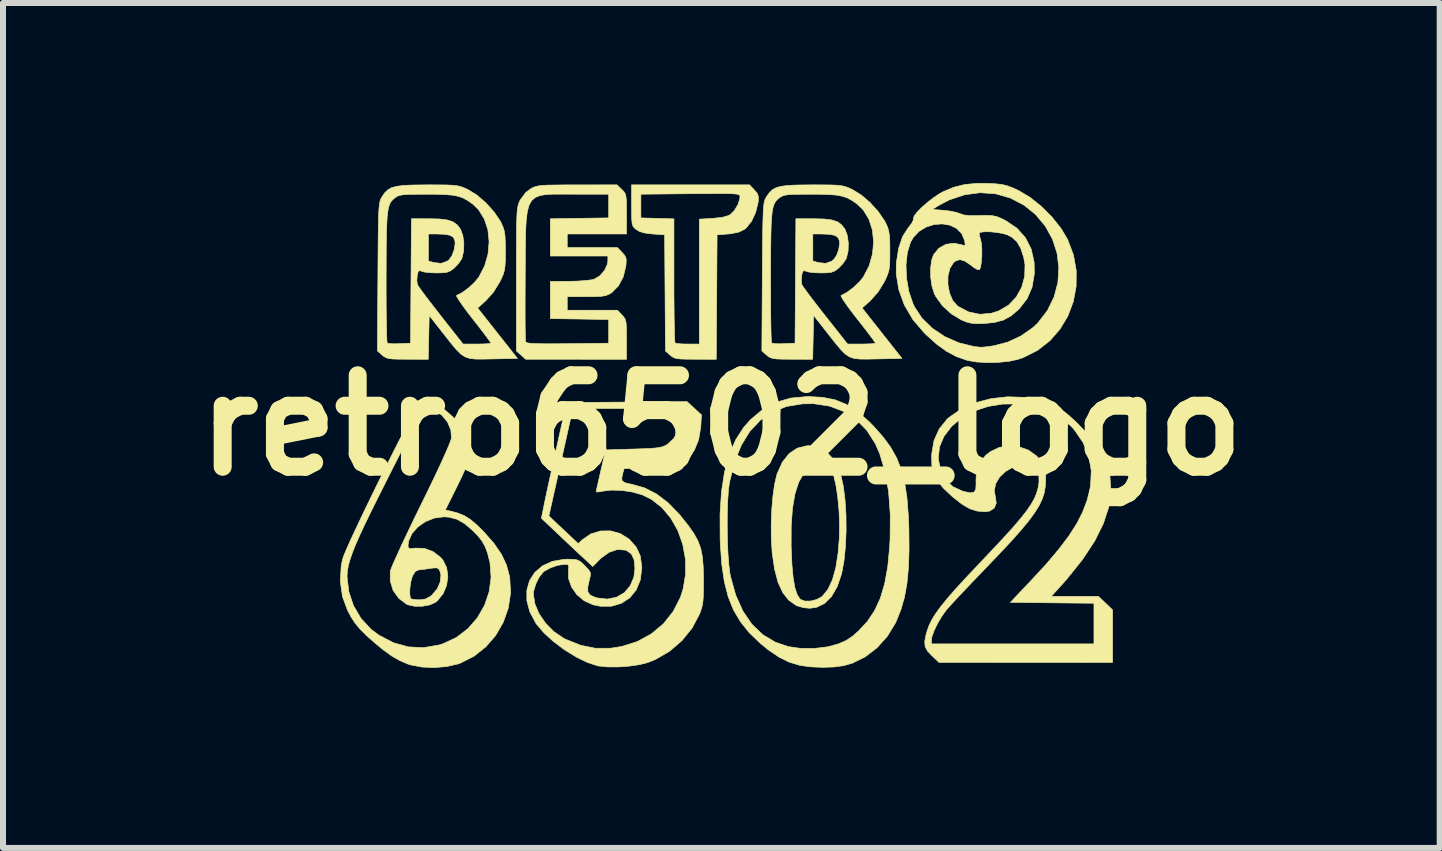
<source format=kicad_pcb>
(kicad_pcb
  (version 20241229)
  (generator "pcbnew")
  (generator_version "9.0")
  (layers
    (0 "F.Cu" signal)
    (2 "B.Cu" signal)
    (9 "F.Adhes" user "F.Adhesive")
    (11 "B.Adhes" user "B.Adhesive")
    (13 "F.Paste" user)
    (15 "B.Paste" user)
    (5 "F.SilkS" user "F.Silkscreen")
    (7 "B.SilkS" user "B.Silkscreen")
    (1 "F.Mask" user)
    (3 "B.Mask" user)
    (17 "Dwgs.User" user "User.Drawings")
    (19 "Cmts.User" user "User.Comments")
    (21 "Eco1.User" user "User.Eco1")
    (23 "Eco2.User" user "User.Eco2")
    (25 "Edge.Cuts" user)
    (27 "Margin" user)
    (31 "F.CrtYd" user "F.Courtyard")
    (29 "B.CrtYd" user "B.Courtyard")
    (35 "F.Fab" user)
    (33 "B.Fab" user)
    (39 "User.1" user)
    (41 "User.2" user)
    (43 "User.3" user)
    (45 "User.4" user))
  (footprint "retro6502_logo"
    (layer "F.Cu")
    (at 8.97 4.038)
    (property "Reference" "retro6502_logo" (at 0 0 0) (layer "F.SilkS") (effects (font (size 1.524 1.524) (thickness 0.3))))
    (attr through_hole)
    (fp_poly (pts (xy 0.549 -3.924) (xy 0.598 -3.867) (xy 0.617 -3.813) (xy 0.615 -3.738) (xy 0.611 -3.707) (xy 0.571 -3.546) (xy 0.504 -3.403) (xy 0.418 -3.294) (xy 0.386 -3.267) (xy 0.29 -3.22) (xy 0.158 -3.193) (xy 0.113 -3.189) (xy -0.071 -3.175) (xy -0.078 -2.138) (xy -0.085 -1.101) (xy -0.431 -1.102) (xy -0.577 -1.103) (xy -0.679 -1.106) (xy -0.747 -1.114) (xy -0.794 -1.129) (xy -0.83 -1.151) (xy -0.853 -1.17) (xy -0.931 -1.238) (xy -0.938 -2.207) (xy -0.945 -3.175) (xy -1.144 -3.189) (xy -1.276 -3.205) (xy -1.367 -3.232) (xy -1.419 -3.264) (xy -1.451 -3.291) (xy -1.473 -3.32) (xy -1.486 -3.362) (xy -1.493 -3.427) (xy -1.495 -3.528) (xy -1.496 -3.666) (xy -1.496 -3.852) (xy -1.341 -3.852) (xy -1.341 -3.457) (xy -1.065 -3.449) (xy -0.79 -3.441) (xy -0.79 -2.417) (xy -0.79 -2.182) (xy -0.788 -1.964) (xy -0.786 -1.772) (xy -0.783 -1.61) (xy -0.78 -1.485) (xy -0.776 -1.404) (xy -0.771 -1.373) (xy -0.736 -1.364) (xy -0.66 -1.357) (xy -0.56 -1.355) (xy -0.367 -1.355) (xy -0.367 -3.436) (xy -0.148 -3.449) (xy 0.007 -3.465) (xy 0.116 -3.495) (xy 0.146 -3.51) (xy 0.219 -3.583) (xy 0.279 -3.683) (xy 0.309 -3.785) (xy 0.31 -3.808) (xy 0.309 -3.825) (xy 0.302 -3.838) (xy 0.283 -3.848) (xy 0.245 -3.855) (xy 0.184 -3.86) (xy 0.092 -3.863) (xy -0.037 -3.863) (xy -0.207 -3.862) (xy -0.426 -3.861) (xy -0.515 -3.86) (xy -1.341 -3.852) (xy -1.496 -3.852) (xy -1.496 -4.008) (xy 0.469 -4.008) (xy 0.549 -3.924)) (stroke (width 0.01) (type solid)) (fill yes) (layer "F.SilkS"))
    (fp_poly (pts (xy 1.62 0.365) (xy 1.756 0.443) (xy 1.87 0.57) (xy 1.96 0.741) (xy 1.991 0.831) (xy 2.033 1.018) (xy 2.061 1.244) (xy 2.077 1.496) (xy 2.079 1.758) (xy 2.068 2.017) (xy 2.044 2.256) (xy 2.006 2.462) (xy 2.003 2.476) (xy 1.931 2.686) (xy 1.836 2.851) (xy 1.72 2.967) (xy 1.584 3.033) (xy 1.47 3.048) (xy 1.366 3.037) (xy 1.266 3.008) (xy 1.244 2.999) (xy 1.121 2.911) (xy 1.022 2.784) (xy 0.944 2.613) (xy 0.887 2.396) (xy 0.848 2.129) (xy 0.845 2.093) (xy 0.841 2.023) (xy 1.163 2.023) (xy 1.165 2.069) (xy 1.177 2.332) (xy 1.197 2.542) (xy 1.225 2.703) (xy 1.262 2.818) (xy 1.308 2.89) (xy 1.322 2.902) (xy 1.393 2.928) (xy 1.49 2.927) (xy 1.592 2.901) (xy 1.675 2.854) (xy 1.684 2.847) (xy 1.777 2.731) (xy 1.851 2.574) (xy 1.907 2.373) (xy 1.946 2.124) (xy 1.965 1.891) (xy 1.97 1.662) (xy 1.961 1.423) (xy 1.939 1.191) (xy 1.907 0.984) (xy 1.874 0.845) (xy 1.825 0.732) (xy 1.757 0.67) (xy 1.662 0.653) (xy 1.6 0.66) (xy 1.475 0.709) (xy 1.371 0.805) (xy 1.288 0.949) (xy 1.227 1.141) (xy 1.185 1.384) (xy 1.164 1.678) (xy 1.163 2.023) (xy 0.841 2.023) (xy 0.832 1.874) (xy 0.831 1.641) (xy 0.84 1.406) (xy 0.859 1.185) (xy 0.886 0.989) (xy 0.922 0.832) (xy 0.931 0.803) (xy 1.017 0.613) (xy 1.128 0.472) (xy 1.262 0.381) (xy 1.419 0.341) (xy 1.466 0.339) (xy 1.62 0.365)) (stroke (width 0.01) (type solid)) (fill yes) (layer "F.SilkS"))
    (fp_poly (pts (xy 1.69 -0.467) (xy 1.898 -0.425) (xy 2.087 -0.348) (xy 2.268 -0.231) (xy 2.454 -0.069) (xy 2.536 0.014) (xy 2.693 0.191) (xy 2.821 0.364) (xy 2.921 0.543) (xy 2.998 0.736) (xy 3.054 0.952) (xy 3.092 1.2) (xy 3.115 1.489) (xy 3.125 1.722) (xy 3.128 2.069) (xy 3.118 2.369) (xy 3.093 2.631) (xy 3.052 2.861) (xy 2.993 3.068) (xy 2.916 3.26) (xy 2.898 3.298) (xy 2.764 3.517) (xy 2.594 3.706) (xy 2.397 3.857) (xy 2.181 3.963) (xy 2.038 4.004) (xy 1.877 4.026) (xy 1.687 4.032) (xy 1.494 4.024) (xy 1.323 4.002) (xy 1.298 3.996) (xy 1.127 3.944) (xy 0.959 3.861) (xy 0.783 3.741) (xy 0.643 3.626) (xy 0.464 3.454) (xy 0.319 3.273) (xy 0.203 3.077) (xy 0.114 2.856) (xy 0.05 2.605) (xy 0.007 2.316) (xy -0.017 1.981) (xy -0.02 1.905) (xy -0.021 1.689) (xy 0.098 1.689) (xy 0.101 1.914) (xy 0.11 2.127) (xy 0.124 2.317) (xy 0.143 2.468) (xy 0.151 2.512) (xy 0.238 2.825) (xy 0.357 3.092) (xy 0.508 3.313) (xy 0.689 3.487) (xy 0.902 3.614) (xy 1.114 3.686) (xy 1.318 3.716) (xy 1.544 3.718) (xy 1.762 3.691) (xy 1.801 3.683) (xy 1.957 3.639) (xy 2.08 3.585) (xy 2.193 3.508) (xy 2.289 3.423) (xy 2.436 3.264) (xy 2.556 3.083) (xy 2.651 2.876) (xy 2.722 2.635) (xy 2.773 2.355) (xy 2.804 2.029) (xy 2.812 1.891) (xy 2.815 1.482) (xy 2.787 1.106) (xy 2.728 0.769) (xy 2.639 0.473) (xy 2.566 0.305) (xy 2.424 0.083) (xy 2.247 -0.097) (xy 2.038 -0.232) (xy 1.801 -0.321) (xy 1.54 -0.361) (xy 1.355 -0.359) (xy 1.089 -0.316) (xy 0.854 -0.225) (xy 0.65 -0.087) (xy 0.476 0.098) (xy 0.333 0.33) (xy 0.22 0.61) (xy 0.138 0.938) (xy 0.136 0.945) (xy 0.118 1.081) (xy 0.106 1.259) (xy 0.099 1.466) (xy 0.098 1.689) (xy -0.021 1.689) (xy -0.022 1.483) (xy 0.002 1.108) (xy 0.053 0.778) (xy 0.131 0.49) (xy 0.238 0.242) (xy 0.374 0.031) (xy 0.486 -0.095) (xy 0.689 -0.265) (xy 0.911 -0.384) (xy 1.157 -0.455) (xy 1.433 -0.48) (xy 1.451 -0.48) (xy 1.69 -0.467)) (stroke (width 0.01) (type solid)) (fill yes) (layer "F.SilkS"))
    (fp_poly (pts (xy -1.66 -3.932) (xy -1.626 -3.897) (xy -1.604 -3.864) (xy -1.59 -3.818) (xy -1.583 -3.75) (xy -1.581 -3.647) (xy -1.58 -3.522) (xy -1.58 -3.189) (xy -2.568 -3.189) (xy -2.568 -2.963) (xy -1.732 -2.963) (xy -1.653 -2.881) (xy -1.607 -2.827) (xy -1.586 -2.777) (xy -1.586 -2.709) (xy -1.592 -2.648) (xy -1.635 -2.474) (xy -1.714 -2.326) (xy -1.821 -2.217) (xy -1.832 -2.209) (xy -1.88 -2.181) (xy -1.931 -2.162) (xy -1.998 -2.151) (xy -2.095 -2.146) (xy -2.234 -2.145) (xy -2.248 -2.145) (xy -2.568 -2.145) (xy -2.568 -1.919) (xy -1.732 -1.919) (xy -1.656 -1.84) (xy -1.624 -1.804) (xy -1.602 -1.767) (xy -1.589 -1.718) (xy -1.583 -1.646) (xy -1.581 -1.537) (xy -1.58 -1.431) (xy -1.58 -1.101) (xy -3.26 -1.102) (xy -3.415 -1.239) (xy -3.415 -2.046) (xy -3.27 -2.046) (xy -3.27 -1.844) (xy -3.269 -1.671) (xy -3.267 -1.534) (xy -3.265 -1.44) (xy -3.262 -1.394) (xy -3.262 -1.392) (xy -3.247 -1.38) (xy -3.211 -1.371) (xy -3.147 -1.364) (xy -3.048 -1.361) (xy -2.91 -1.359) (xy -2.725 -1.36) (xy -2.562 -1.361) (xy -1.877 -1.369) (xy -1.877 -1.764) (xy -2.364 -1.772) (xy -2.85 -1.779) (xy -2.85 -2.399) (xy -2.533 -2.4) (xy -2.394 -2.404) (xy -2.266 -2.413) (xy -2.165 -2.425) (xy -2.118 -2.436) (xy -2.023 -2.493) (xy -1.945 -2.584) (xy -1.898 -2.688) (xy -1.891 -2.742) (xy -1.891 -2.822) (xy -2.85 -2.822) (xy -2.85 -3.442) (xy -2.364 -3.45) (xy -1.877 -3.457) (xy -1.877 -3.852) (xy -2.443 -3.852) (xy -2.631 -3.853) (xy -2.789 -3.853) (xy -2.917 -3.847) (xy -3.02 -3.83) (xy -3.1 -3.798) (xy -3.161 -3.746) (xy -3.204 -3.669) (xy -3.233 -3.562) (xy -3.251 -3.422) (xy -3.261 -3.243) (xy -3.265 -3.02) (xy -3.267 -2.749) (xy -3.268 -2.516) (xy -3.269 -2.272) (xy -3.27 -2.046) (xy -3.415 -2.046) (xy -3.415 -2.434) (xy -3.415 -2.725) (xy -3.414 -2.965) (xy -3.414 -3.16) (xy -3.412 -3.314) (xy -3.409 -3.435) (xy -3.405 -3.527) (xy -3.399 -3.596) (xy -3.391 -3.647) (xy -3.381 -3.686) (xy -3.369 -3.718) (xy -3.354 -3.749) (xy -3.351 -3.755) (xy -3.259 -3.881) (xy -3.175 -3.943) (xy -3.137 -3.964) (xy -3.097 -3.979) (xy -3.049 -3.99) (xy -2.983 -3.998) (xy -2.893 -4.003) (xy -2.77 -4.005) (xy -2.606 -4.007) (xy -2.4 -4.007) (xy -1.739 -4.008) (xy -1.66 -3.932)) (stroke (width 0.01) (type solid)) (fill yes) (layer "F.SilkS"))
    (fp_poly (pts (xy 5.048 -0.467) (xy 5.317 -0.417) (xy 5.567 -0.327) (xy 5.568 -0.326) (xy 5.669 -0.264) (xy 5.791 -0.165) (xy 5.925 -0.042) (xy 6.058 0.097) (xy 6.18 0.24) (xy 6.276 0.369) (xy 6.402 0.6) (xy 6.474 0.841) (xy 6.492 1.094) (xy 6.456 1.359) (xy 6.366 1.636) (xy 6.222 1.926) (xy 6.023 2.229) (xy 5.77 2.545) (xy 5.694 2.632) (xy 5.497 2.85) (xy 6.284 2.85) (xy 6.402 2.962) (xy 6.519 3.074) (xy 6.519 3.951) (xy 3.627 3.95) (xy 3.507 3.836) (xy 3.434 3.759) (xy 3.396 3.686) (xy 3.392 3.641) (xy 3.5 3.641) (xy 6.209 3.641) (xy 6.209 2.964) (xy 5.513 2.957) (xy 4.817 2.949) (xy 5.175 2.571) (xy 5.421 2.304) (xy 5.624 2.063) (xy 5.79 1.844) (xy 5.921 1.64) (xy 6.02 1.446) (xy 6.093 1.255) (xy 6.142 1.061) (xy 6.153 0.996) (xy 6.164 0.753) (xy 6.122 0.513) (xy 6.027 0.285) (xy 5.884 0.076) (xy 5.822 0.008) (xy 5.641 -0.14) (xy 5.428 -0.25) (xy 5.192 -0.323) (xy 4.942 -0.357) (xy 4.689 -0.355) (xy 4.441 -0.315) (xy 4.209 -0.237) (xy 4 -0.122) (xy 3.835 0.019) (xy 3.708 0.186) (xy 3.635 0.358) (xy 3.616 0.539) (xy 3.618 0.573) (xy 3.657 0.76) (xy 3.738 0.911) (xy 3.862 1.024) (xy 4.025 1.098) (xy 4.041 1.102) (xy 4.145 1.124) (xy 4.209 1.114) (xy 4.239 1.068) (xy 4.245 0.976) (xy 4.243 0.923) (xy 4.251 0.757) (xy 4.305 0.618) (xy 4.408 0.497) (xy 4.48 0.44) (xy 4.629 0.368) (xy 4.794 0.341) (xy 4.961 0.357) (xy 5.119 0.414) (xy 5.253 0.51) (xy 5.325 0.595) (xy 5.369 0.67) (xy 5.393 0.74) (xy 5.403 0.829) (xy 5.404 0.915) (xy 5.398 1.02) (xy 5.381 1.122) (xy 5.348 1.224) (xy 5.297 1.333) (xy 5.224 1.451) (xy 5.127 1.584) (xy 5.001 1.736) (xy 4.845 1.913) (xy 4.654 2.118) (xy 4.426 2.356) (xy 4.383 2.401) (xy 4.236 2.554) (xy 4.097 2.7) (xy 3.971 2.833) (xy 3.867 2.945) (xy 3.789 3.03) (xy 3.748 3.077) (xy 3.672 3.183) (xy 3.602 3.303) (xy 3.545 3.422) (xy 3.508 3.524) (xy 3.5 3.577) (xy 3.5 3.641) (xy 3.392 3.641) (xy 3.389 3.603) (xy 3.41 3.491) (xy 3.429 3.425) (xy 3.461 3.334) (xy 3.507 3.24) (xy 3.571 3.136) (xy 3.656 3.02) (xy 3.766 2.884) (xy 3.905 2.725) (xy 4.077 2.538) (xy 4.286 2.317) (xy 4.3 2.302) (xy 4.524 2.065) (xy 4.712 1.864) (xy 4.866 1.694) (xy 4.989 1.549) (xy 5.087 1.425) (xy 5.161 1.317) (xy 5.215 1.222) (xy 5.252 1.134) (xy 5.277 1.048) (xy 5.292 0.96) (xy 5.293 0.955) (xy 5.292 0.827) (xy 5.253 0.738) (xy 5.172 0.684) (xy 5.126 0.671) (xy 4.987 0.665) (xy 4.854 0.7) (xy 4.735 0.768) (xy 4.638 0.86) (xy 4.573 0.968) (xy 4.548 1.086) (xy 4.566 1.192) (xy 4.581 1.295) (xy 4.548 1.376) (xy 4.472 1.427) (xy 4.394 1.439) (xy 4.263 1.428) (xy 4.14 1.389) (xy 4.012 1.315) (xy 3.868 1.203) (xy 3.842 1.18) (xy 3.699 1.045) (xy 3.599 0.923) (xy 3.538 0.803) (xy 3.508 0.672) (xy 3.504 0.516) (xy 3.505 0.48) (xy 3.543 0.256) (xy 3.629 0.062) (xy 3.762 -0.103) (xy 3.795 -0.133) (xy 3.999 -0.273) (xy 4.236 -0.378) (xy 4.497 -0.446) (xy 4.772 -0.476) (xy 5.048 -0.467)) (stroke (width 0.01) (type solid)) (fill yes) (layer "F.SilkS"))
    (fp_poly (pts (xy -4.712 -4.007) (xy -4.577 -4.006) (xy -4.478 -4.001) (xy -4.404 -3.993) (xy -4.345 -3.98) (xy -4.291 -3.96) (xy -4.231 -3.933) (xy -4.219 -3.927) (xy -4.074 -3.838) (xy -3.927 -3.711) (xy -3.792 -3.562) (xy -3.687 -3.409) (xy -3.665 -3.368) (xy -3.636 -3.3) (xy -3.616 -3.234) (xy -3.605 -3.154) (xy -3.6 -3.046) (xy -3.598 -2.906) (xy -3.599 -2.763) (xy -3.604 -2.661) (xy -3.615 -2.584) (xy -3.635 -2.515) (xy -3.668 -2.44) (xy -3.691 -2.393) (xy -3.796 -2.222) (xy -3.922 -2.08) (xy -4.061 -1.956) (xy -3.729 -1.535) (xy -3.397 -1.115) (xy -3.817 -1.107) (xy -3.978 -1.104) (xy -4.101 -1.105) (xy -4.195 -1.116) (xy -4.272 -1.142) (xy -4.342 -1.188) (xy -4.415 -1.261) (xy -4.502 -1.365) (xy -4.613 -1.507) (xy -4.631 -1.529) (xy -4.868 -1.831) (xy -4.876 -1.466) (xy -4.884 -1.101) (xy -5.229 -1.102) (xy -5.375 -1.103) (xy -5.477 -1.106) (xy -5.545 -1.114) (xy -5.591 -1.129) (xy -5.628 -1.151) (xy -5.653 -1.172) (xy -5.731 -1.241) (xy -5.723 -2.467) (xy -5.586 -2.467) (xy -5.586 -2.226) (xy -5.585 -2.003) (xy -5.583 -1.804) (xy -5.58 -1.635) (xy -5.577 -1.503) (xy -5.573 -1.414) (xy -5.569 -1.374) (xy -5.568 -1.372) (xy -5.531 -1.363) (xy -5.456 -1.359) (xy -5.363 -1.361) (xy -5.179 -1.369) (xy -5.169 -2.739) (xy -4.882 -2.739) (xy -4.791 -2.713) (xy -4.67 -2.699) (xy -4.569 -2.735) (xy -4.536 -2.76) (xy -4.487 -2.83) (xy -4.451 -2.93) (xy -4.436 -3.032) (xy -4.441 -3.084) (xy -4.467 -3.135) (xy -4.519 -3.167) (xy -4.609 -3.184) (xy -4.734 -3.189) (xy -4.882 -3.189) (xy -4.882 -2.739) (xy -5.169 -2.739) (xy -5.164 -3.443) (xy -4.867 -3.443) (xy -4.694 -3.439) (xy -4.567 -3.423) (xy -4.474 -3.393) (xy -4.405 -3.344) (xy -4.35 -3.273) (xy -4.345 -3.265) (xy -4.308 -3.165) (xy -4.291 -3.036) (xy -4.295 -2.903) (xy -4.321 -2.79) (xy -4.331 -2.768) (xy -4.381 -2.695) (xy -4.45 -2.623) (xy -4.46 -2.614) (xy -4.516 -2.574) (xy -4.574 -2.551) (xy -4.654 -2.542) (xy -4.745 -2.54) (xy -4.853 -2.544) (xy -4.943 -2.554) (xy -4.996 -2.569) (xy -5.032 -2.58) (xy -5.053 -2.557) (xy -5.068 -2.496) (xy -5.074 -2.413) (xy -5.064 -2.345) (xy -5.062 -2.341) (xy -5.038 -2.303) (xy -4.984 -2.228) (xy -4.906 -2.124) (xy -4.81 -1.999) (xy -4.701 -1.859) (xy -4.671 -1.82) (xy -4.304 -1.355) (xy -4.071 -1.355) (xy -3.964 -1.357) (xy -3.883 -1.361) (xy -3.841 -1.368) (xy -3.838 -1.371) (xy -3.855 -1.397) (xy -3.901 -1.46) (xy -3.971 -1.553) (xy -4.059 -1.667) (xy -4.141 -1.771) (xy -4.237 -1.896) (xy -4.317 -2.005) (xy -4.376 -2.091) (xy -4.409 -2.147) (xy -4.413 -2.165) (xy -4.316 -2.214) (xy -4.208 -2.294) (xy -4.107 -2.389) (xy -4.04 -2.472) (xy -3.944 -2.658) (xy -3.887 -2.858) (xy -3.87 -3.061) (xy -3.89 -3.258) (xy -3.949 -3.438) (xy -4.044 -3.592) (xy -4.139 -3.685) (xy -4.221 -3.743) (xy -4.298 -3.787) (xy -4.38 -3.816) (xy -4.479 -3.836) (xy -4.606 -3.846) (xy -4.77 -3.851) (xy -4.901 -3.851) (xy -5.074 -3.851) (xy -5.2 -3.849) (xy -5.288 -3.844) (xy -5.349 -3.835) (xy -5.392 -3.821) (xy -5.426 -3.801) (xy -5.436 -3.794) (xy -5.471 -3.765) (xy -5.501 -3.733) (xy -5.525 -3.693) (xy -5.544 -3.638) (xy -5.558 -3.563) (xy -5.569 -3.464) (xy -5.576 -3.335) (xy -5.581 -3.17) (xy -5.584 -2.963) (xy -5.585 -2.71) (xy -5.586 -2.467) (xy -5.723 -2.467) (xy -5.723 -2.476) (xy -5.721 -2.772) (xy -5.719 -3.017) (xy -5.717 -3.217) (xy -5.714 -3.375) (xy -5.711 -3.499) (xy -5.706 -3.593) (xy -5.7 -3.663) (xy -5.693 -3.713) (xy -5.683 -3.75) (xy -5.672 -3.779) (xy -5.657 -3.804) (xy -5.651 -3.814) (xy -5.607 -3.877) (xy -5.557 -3.925) (xy -5.495 -3.96) (xy -5.411 -3.983) (xy -5.297 -3.998) (xy -5.146 -4.005) (xy -4.948 -4.007) (xy -4.892 -4.008) (xy -4.712 -4.007)) (stroke (width 0.01) (type solid)) (fill yes) (layer "F.SilkS"))
    (fp_poly (pts (xy 1.695 -4.007) (xy 1.83 -4.006) (xy 1.929 -4.001) (xy 2.002 -3.993) (xy 2.061 -3.98) (xy 2.116 -3.96) (xy 2.176 -3.933) (xy 2.187 -3.927) (xy 2.332 -3.838) (xy 2.48 -3.711) (xy 2.614 -3.562) (xy 2.719 -3.409) (xy 2.741 -3.368) (xy 2.771 -3.3) (xy 2.79 -3.234) (xy 2.802 -3.154) (xy 2.807 -3.046) (xy 2.808 -2.906) (xy 2.807 -2.763) (xy 2.803 -2.661) (xy 2.792 -2.584) (xy 2.771 -2.515) (xy 2.739 -2.44) (xy 2.716 -2.393) (xy 2.611 -2.222) (xy 2.484 -2.08) (xy 2.346 -1.956) (xy 2.678 -1.535) (xy 3.01 -1.115) (xy 2.59 -1.107) (xy 2.428 -1.104) (xy 2.306 -1.105) (xy 2.211 -1.116) (xy 2.134 -1.142) (xy 2.065 -1.188) (xy 1.992 -1.261) (xy 1.905 -1.365) (xy 1.793 -1.507) (xy 1.776 -1.529) (xy 1.538 -1.831) (xy 1.53 -1.466) (xy 1.522 -1.101) (xy 1.177 -1.102) (xy 1.031 -1.103) (xy 0.93 -1.106) (xy 0.862 -1.114) (xy 0.815 -1.129) (xy 0.778 -1.151) (xy 0.754 -1.172) (xy 0.675 -1.241) (xy 0.683 -2.467) (xy 0.821 -2.467) (xy 0.821 -2.226) (xy 0.822 -2.003) (xy 0.823 -1.804) (xy 0.826 -1.635) (xy 0.829 -1.503) (xy 0.833 -1.414) (xy 0.838 -1.374) (xy 0.838 -1.372) (xy 0.875 -1.363) (xy 0.951 -1.359) (xy 1.043 -1.361) (xy 1.228 -1.369) (xy 1.235 -2.406) (xy 1.237 -2.739) (xy 1.524 -2.739) (xy 1.616 -2.713) (xy 1.737 -2.699) (xy 1.838 -2.735) (xy 1.87 -2.76) (xy 1.92 -2.83) (xy 1.956 -2.93) (xy 1.971 -3.032) (xy 1.965 -3.084) (xy 1.94 -3.135) (xy 1.887 -3.167) (xy 1.798 -3.184) (xy 1.672 -3.189) (xy 1.524 -3.189) (xy 1.524 -2.739) (xy 1.237 -2.739) (xy 1.242 -3.443) (xy 1.54 -3.443) (xy 1.712 -3.439) (xy 1.84 -3.423) (xy 1.933 -3.393) (xy 2.001 -3.344) (xy 2.057 -3.273) (xy 2.061 -3.265) (xy 2.099 -3.165) (xy 2.116 -3.036) (xy 2.112 -2.903) (xy 2.085 -2.79) (xy 2.075 -2.768) (xy 2.025 -2.695) (xy 1.956 -2.623) (xy 1.946 -2.614) (xy 1.891 -2.574) (xy 1.832 -2.551) (xy 1.752 -2.542) (xy 1.661 -2.54) (xy 1.554 -2.544) (xy 1.463 -2.554) (xy 1.411 -2.569) (xy 1.374 -2.58) (xy 1.353 -2.557) (xy 1.338 -2.496) (xy 1.332 -2.413) (xy 1.342 -2.345) (xy 1.344 -2.341) (xy 1.368 -2.303) (xy 1.422 -2.228) (xy 1.5 -2.124) (xy 1.596 -1.999) (xy 1.705 -1.859) (xy 1.736 -1.82) (xy 2.103 -1.355) (xy 2.335 -1.355) (xy 2.442 -1.357) (xy 2.523 -1.361) (xy 2.565 -1.368) (xy 2.568 -1.371) (xy 2.552 -1.397) (xy 2.506 -1.46) (xy 2.436 -1.553) (xy 2.348 -1.667) (xy 2.266 -1.771) (xy 2.169 -1.896) (xy 2.089 -2.005) (xy 2.03 -2.091) (xy 1.997 -2.147) (xy 1.994 -2.165) (xy 2.09 -2.214) (xy 2.198 -2.294) (xy 2.299 -2.389) (xy 2.366 -2.472) (xy 2.463 -2.658) (xy 2.519 -2.858) (xy 2.537 -3.061) (xy 2.516 -3.258) (xy 2.458 -3.438) (xy 2.363 -3.592) (xy 2.267 -3.685) (xy 2.185 -3.743) (xy 2.108 -3.787) (xy 2.026 -3.816) (xy 1.927 -3.836) (xy 1.801 -3.846) (xy 1.636 -3.851) (xy 1.505 -3.851) (xy 1.332 -3.851) (xy 1.207 -3.849) (xy 1.118 -3.844) (xy 1.057 -3.835) (xy 1.015 -3.821) (xy 0.98 -3.801) (xy 0.971 -3.794) (xy 0.935 -3.765) (xy 0.905 -3.733) (xy 0.882 -3.693) (xy 0.863 -3.638) (xy 0.848 -3.563) (xy 0.838 -3.464) (xy 0.83 -3.335) (xy 0.826 -3.17) (xy 0.823 -2.963) (xy 0.821 -2.71) (xy 0.821 -2.467) (xy 0.683 -2.467) (xy 0.683 -2.476) (xy 0.685 -2.772) (xy 0.687 -3.017) (xy 0.689 -3.217) (xy 0.692 -3.375) (xy 0.696 -3.499) (xy 0.7 -3.593) (xy 0.706 -3.663) (xy 0.714 -3.713) (xy 0.723 -3.75) (xy 0.735 -3.779) (xy 0.749 -3.804) (xy 0.755 -3.814) (xy 0.8 -3.877) (xy 0.849 -3.925) (xy 0.912 -3.96) (xy 0.995 -3.983) (xy 1.109 -3.998) (xy 1.26 -4.005) (xy 1.458 -4.007) (xy 1.514 -4.008) (xy 1.695 -4.007)) (stroke (width 0.01) (type solid)) (fill yes) (layer "F.SilkS"))
    (fp_poly (pts (xy 4.448 -4.031) (xy 4.586 -4.024) (xy 4.688 -4.011) (xy 4.777 -3.988) (xy 4.873 -3.95) (xy 4.953 -3.913) (xy 5.142 -3.801) (xy 5.332 -3.649) (xy 5.511 -3.469) (xy 5.663 -3.277) (xy 5.769 -3.099) (xy 5.867 -2.841) (xy 5.914 -2.578) (xy 5.912 -2.317) (xy 5.865 -2.062) (xy 5.774 -1.822) (xy 5.643 -1.603) (xy 5.474 -1.41) (xy 5.269 -1.25) (xy 5.033 -1.131) (xy 4.943 -1.1) (xy 4.796 -1.068) (xy 4.616 -1.05) (xy 4.426 -1.046) (xy 4.246 -1.057) (xy 4.098 -1.083) (xy 4.092 -1.085) (xy 3.918 -1.146) (xy 3.754 -1.233) (xy 3.588 -1.353) (xy 3.409 -1.514) (xy 3.38 -1.543) (xy 3.192 -1.763) (xy 3.05 -2.005) (xy 2.957 -2.261) (xy 2.914 -2.525) (xy 2.916 -2.671) (xy 3.077 -2.671) (xy 3.086 -2.451) (xy 3.124 -2.232) (xy 3.192 -2.031) (xy 3.219 -1.973) (xy 3.346 -1.782) (xy 3.519 -1.615) (xy 3.726 -1.477) (xy 3.959 -1.375) (xy 4.209 -1.314) (xy 4.318 -1.302) (xy 4.367 -1.304) (xy 4.452 -1.314) (xy 4.544 -1.327) (xy 4.772 -1.387) (xy 4.993 -1.49) (xy 5.188 -1.626) (xy 5.274 -1.706) (xy 5.434 -1.914) (xy 5.545 -2.141) (xy 5.608 -2.38) (xy 5.624 -2.626) (xy 5.594 -2.869) (xy 5.518 -3.103) (xy 5.398 -3.321) (xy 5.234 -3.516) (xy 5.047 -3.667) (xy 4.816 -3.789) (xy 4.569 -3.859) (xy 4.313 -3.877) (xy 4.055 -3.843) (xy 3.8 -3.758) (xy 3.643 -3.676) (xy 3.514 -3.598) (xy 3.711 -3.583) (xy 3.822 -3.569) (xy 3.919 -3.548) (xy 3.979 -3.527) (xy 4.046 -3.505) (xy 4.152 -3.495) (xy 4.304 -3.496) (xy 4.429 -3.499) (xy 4.517 -3.494) (xy 4.589 -3.479) (xy 4.663 -3.449) (xy 4.74 -3.41) (xy 4.927 -3.284) (xy 5.068 -3.125) (xy 5.164 -2.935) (xy 5.212 -2.717) (xy 5.215 -2.525) (xy 5.178 -2.304) (xy 5.096 -2.112) (xy 4.964 -1.943) (xy 4.954 -1.933) (xy 4.83 -1.826) (xy 4.701 -1.755) (xy 4.552 -1.715) (xy 4.383 -1.698) (xy 4.257 -1.695) (xy 4.165 -1.702) (xy 4.086 -1.722) (xy 3.998 -1.758) (xy 3.832 -1.859) (xy 3.685 -1.993) (xy 3.574 -2.146) (xy 3.548 -2.197) (xy 3.509 -2.322) (xy 3.506 -2.343) (xy 3.776 -2.343) (xy 3.803 -2.202) (xy 3.856 -2.079) (xy 3.934 -1.99) (xy 3.942 -1.984) (xy 4.123 -1.889) (xy 4.31 -1.851) (xy 4.503 -1.869) (xy 4.628 -1.91) (xy 4.787 -2.004) (xy 4.914 -2.138) (xy 5.005 -2.301) (xy 5.055 -2.485) (xy 5.06 -2.68) (xy 5.039 -2.797) (xy 4.988 -2.953) (xy 4.923 -3.063) (xy 4.836 -3.139) (xy 4.763 -3.176) (xy 4.682 -3.199) (xy 4.58 -3.216) (xy 4.473 -3.226) (xy 4.379 -3.226) (xy 4.315 -3.217) (xy 4.3 -3.209) (xy 4.298 -3.173) (xy 4.315 -3.111) (xy 4.318 -3.105) (xy 4.333 -3.034) (xy 4.341 -2.931) (xy 4.34 -2.816) (xy 4.331 -2.708) (xy 4.316 -2.625) (xy 4.305 -2.599) (xy 4.275 -2.592) (xy 4.215 -2.625) (xy 4.163 -2.666) (xy 4.059 -2.737) (xy 3.976 -2.762) (xy 3.905 -2.741) (xy 3.868 -2.711) (xy 3.807 -2.613) (xy 3.776 -2.485) (xy 3.776 -2.343) (xy 3.506 -2.343) (xy 3.488 -2.47) (xy 3.487 -2.621) (xy 3.505 -2.756) (xy 3.536 -2.843) (xy 3.624 -2.951) (xy 3.742 -3.017) (xy 3.879 -3.035) (xy 4.005 -3.009) (xy 4.049 -2.997) (xy 4.063 -3.014) (xy 4.055 -3.073) (xy 4.054 -3.079) (xy 4.005 -3.196) (xy 3.921 -3.282) (xy 3.81 -3.335) (xy 3.682 -3.357) (xy 3.547 -3.347) (xy 3.415 -3.306) (xy 3.295 -3.234) (xy 3.198 -3.132) (xy 3.153 -3.053) (xy 3.099 -2.877) (xy 3.077 -2.671) (xy 2.916 -2.671) (xy 2.916 -2.709) (xy 2.954 -2.948) (xy 3.019 -3.144) (xy 3.113 -3.292) (xy 3.121 -3.3) (xy 3.176 -3.373) (xy 3.203 -3.431) (xy 3.202 -3.45) (xy 3.214 -3.491) (xy 3.263 -3.554) (xy 3.339 -3.632) (xy 3.434 -3.715) (xy 3.537 -3.794) (xy 3.638 -3.862) (xy 3.693 -3.892) (xy 3.873 -3.968) (xy 4.058 -4.014) (xy 4.267 -4.033) (xy 4.448 -4.031)) (stroke (width 0.01) (type solid)) (fill yes) (layer "F.SilkS"))
    (fp_poly (pts (xy -4.809 -0.37) (xy -4.795 -0.366) (xy -4.705 -0.324) (xy -4.596 -0.248) (xy -4.482 -0.148) (xy -4.373 -0.038) (xy -4.284 0.072) (xy -4.234 0.154) (xy -4.194 0.25) (xy -4.175 0.342) (xy -4.177 0.44) (xy -4.201 0.553) (xy -4.251 0.69) (xy -4.328 0.861) (xy -4.388 0.984) (xy -4.599 1.41) (xy -4.522 1.427) (xy -4.391 1.461) (xy -4.281 1.506) (xy -4.179 1.57) (xy -4.07 1.663) (xy -3.957 1.775) (xy -3.788 1.968) (xy -3.664 2.149) (xy -3.58 2.328) (xy -3.53 2.516) (xy -3.526 2.54) (xy -3.512 2.794) (xy -3.55 3.044) (xy -3.634 3.281) (xy -3.76 3.5) (xy -3.924 3.69) (xy -4.121 3.846) (xy -4.346 3.96) (xy -4.394 3.977) (xy -4.579 4.019) (xy -4.785 4.036) (xy -4.99 4.027) (xy -5.173 3.993) (xy -5.219 3.979) (xy -5.357 3.92) (xy -5.492 3.843) (xy -5.637 3.738) (xy -5.769 3.629) (xy -5.912 3.503) (xy -6.019 3.396) (xy -6.101 3.298) (xy -6.169 3.194) (xy -6.227 3.086) (xy -6.313 2.853) (xy -6.349 2.602) (xy -6.344 2.518) (xy -6.237 2.518) (xy -6.209 2.767) (xy -6.131 3.002) (xy -6.006 3.215) (xy -5.839 3.396) (xy -5.705 3.497) (xy -5.464 3.622) (xy -5.217 3.691) (xy -4.965 3.704) (xy -4.71 3.661) (xy -4.636 3.638) (xy -4.414 3.534) (xy -4.222 3.387) (xy -4.065 3.207) (xy -3.946 2.999) (xy -3.869 2.772) (xy -3.837 2.532) (xy -3.855 2.289) (xy -3.896 2.127) (xy -3.939 2.014) (xy -3.99 1.924) (xy -4.063 1.834) (xy -4.132 1.763) (xy -4.272 1.641) (xy -4.404 1.565) (xy -4.541 1.529) (xy -4.628 1.524) (xy -4.786 1.546) (xy -4.933 1.605) (xy -5.06 1.694) (xy -5.156 1.804) (xy -5.211 1.927) (xy -5.221 2.005) (xy -5.216 2.04) (xy -5.189 2.054) (xy -5.127 2.049) (xy -5.097 2.045) (xy -4.949 2.05) (xy -4.805 2.103) (xy -4.679 2.199) (xy -4.64 2.245) (xy -4.577 2.371) (xy -4.557 2.516) (xy -4.578 2.666) (xy -4.637 2.806) (xy -4.732 2.923) (xy -4.763 2.948) (xy -4.858 2.991) (xy -4.982 3.014) (xy -5.111 3.014) (xy -5.222 2.99) (xy -5.244 2.98) (xy -5.375 2.882) (xy -5.436 2.796) (xy -5.193 2.796) (xy -5.185 2.866) (xy -5.174 2.888) (xy -5.136 2.9) (xy -5.065 2.906) (xy -5.034 2.907) (xy -4.933 2.895) (xy -4.85 2.85) (xy -4.818 2.824) (xy -4.734 2.724) (xy -4.684 2.608) (xy -4.673 2.494) (xy -4.685 2.44) (xy -4.707 2.395) (xy -4.737 2.375) (xy -4.794 2.376) (xy -4.848 2.383) (xy -4.942 2.397) (xy -5.023 2.406) (xy -5.044 2.408) (xy -5.1 2.434) (xy -5.145 2.506) (xy -5.15 2.519) (xy -5.174 2.604) (xy -5.189 2.703) (xy -5.193 2.796) (xy -5.436 2.796) (xy -5.469 2.75) (xy -5.517 2.594) (xy -5.517 2.432) (xy -5.501 2.384) (xy -5.463 2.292) (xy -5.404 2.162) (xy -5.33 1.999) (xy -5.241 1.811) (xy -5.141 1.602) (xy -5.033 1.38) (xy -5.006 1.326) (xy -4.879 1.067) (xy -4.767 0.834) (xy -4.672 0.631) (xy -4.596 0.462) (xy -4.54 0.332) (xy -4.507 0.245) (xy -4.498 0.212) (xy -4.507 0.077) (xy -4.563 -0.055) (xy -4.655 -0.167) (xy -4.727 -0.219) (xy -4.777 -0.247) (xy -4.819 -0.269) (xy -4.858 -0.279) (xy -4.894 -0.275) (xy -4.933 -0.252) (xy -4.976 -0.207) (xy -5.026 -0.136) (xy -5.086 -0.035) (xy -5.16 0.1) (xy -5.25 0.272) (xy -5.36 0.486) (xy -5.491 0.745) (xy -5.535 0.832) (xy -5.693 1.146) (xy -5.827 1.415) (xy -5.938 1.643) (xy -6.028 1.836) (xy -6.099 1.998) (xy -6.152 2.133) (xy -6.191 2.247) (xy -6.217 2.343) (xy -6.231 2.427) (xy -6.237 2.503) (xy -6.237 2.518) (xy -6.344 2.518) (xy -6.335 2.344) (xy -6.312 2.23) (xy -6.29 2.168) (xy -6.246 2.062) (xy -6.182 1.919) (xy -6.102 1.747) (xy -6.009 1.55) (xy -5.907 1.337) (xy -5.798 1.113) (xy -5.687 0.886) (xy -5.575 0.661) (xy -5.467 0.446) (xy -5.366 0.247) (xy -5.274 0.071) (xy -5.196 -0.075) (xy -5.134 -0.186) (xy -5.1 -0.241) (xy -5.035 -0.331) (xy -4.976 -0.378) (xy -4.907 -0.388) (xy -4.809 -0.37)) (stroke (width 0.01) (type solid)) (fill yes) (layer "F.SilkS"))
    (fp_poly (pts (xy -0.452 -0.285) (xy -0.331 -0.175) (xy -0.344 0.034) (xy -0.379 0.241) (xy -0.451 0.417) (xy -0.558 0.557) (xy -0.632 0.618) (xy -0.678 0.646) (xy -0.724 0.666) (xy -0.779 0.681) (xy -0.856 0.69) (xy -0.964 0.697) (xy -1.114 0.703) (xy -1.182 0.706) (xy -1.62 0.72) (xy -1.64 0.79) (xy -1.659 0.873) (xy -1.654 0.923) (xy -1.614 0.953) (xy -1.531 0.974) (xy -1.491 0.982) (xy -1.279 1.042) (xy -1.081 1.143) (xy -0.889 1.289) (xy -0.699 1.484) (xy -0.548 1.673) (xy -0.456 1.805) (xy -0.389 1.927) (xy -0.344 2.051) (xy -0.316 2.191) (xy -0.302 2.36) (xy -0.297 2.568) (xy -0.298 2.735) (xy -0.301 2.858) (xy -0.309 2.95) (xy -0.323 3.024) (xy -0.344 3.092) (xy -0.363 3.142) (xy -0.486 3.376) (xy -0.655 3.585) (xy -0.861 3.763) (xy -1.095 3.899) (xy -1.224 3.951) (xy -1.363 3.987) (xy -1.535 4.012) (xy -1.72 4.025) (xy -1.896 4.025) (xy -2.042 4.01) (xy -2.059 4.007) (xy -2.23 3.952) (xy -2.419 3.86) (xy -2.613 3.74) (xy -2.797 3.602) (xy -2.958 3.455) (xy -3.082 3.309) (xy -3.092 3.294) (xy -3.192 3.106) (xy -3.241 2.922) (xy -3.241 2.814) (xy -3.132 2.814) (xy -3.107 2.975) (xy -3.037 3.14) (xy -2.928 3.298) (xy -2.789 3.438) (xy -2.629 3.547) (xy -2.596 3.564) (xy -2.345 3.664) (xy -2.101 3.714) (xy -1.852 3.714) (xy -1.662 3.685) (xy -1.4 3.602) (xy -1.166 3.474) (xy -0.965 3.306) (xy -0.802 3.101) (xy -0.682 2.866) (xy -0.636 2.722) (xy -0.595 2.473) (xy -0.599 2.223) (xy -0.644 1.979) (xy -0.726 1.751) (xy -0.843 1.545) (xy -0.99 1.37) (xy -1.165 1.232) (xy -1.319 1.157) (xy -1.485 1.11) (xy -1.667 1.083) (xy -1.841 1.079) (xy -1.968 1.095) (xy -2.04 1.108) (xy -2.082 1.109) (xy -2.087 1.105) (xy -2.08 1.072) (xy -2.063 0.995) (xy -2.038 0.886) (xy -2.008 0.755) (xy -2.007 0.748) (xy -1.928 0.409) (xy -1.465 0.395) (xy -1.29 0.389) (xy -1.161 0.383) (xy -1.069 0.374) (xy -1.002 0.362) (xy -0.953 0.346) (xy -0.909 0.323) (xy -0.898 0.316) (xy -0.795 0.221) (xy -0.716 0.084) (xy -0.666 -0.084) (xy -0.658 -0.138) (xy -0.641 -0.282) (xy -2.474 -0.282) (xy -2.674 0.614) (xy -2.874 1.51) (xy -2.63 1.74) (xy -2.385 1.97) (xy -2.314 1.904) (xy -2.174 1.808) (xy -2.014 1.76) (xy -1.847 1.758) (xy -1.684 1.803) (xy -1.539 1.894) (xy -1.536 1.897) (xy -1.42 2.026) (xy -1.352 2.173) (xy -1.327 2.349) (xy -1.326 2.378) (xy -1.35 2.575) (xy -1.419 2.742) (xy -1.525 2.873) (xy -1.665 2.965) (xy -1.831 3.014) (xy -2.018 3.014) (xy -2.136 2.99) (xy -2.283 2.924) (xy -2.406 2.822) (xy -2.496 2.694) (xy -2.546 2.552) (xy -2.548 2.412) (xy -2.542 2.347) (xy -2.557 2.32) (xy -2.608 2.315) (xy -2.614 2.315) (xy -2.726 2.332) (xy -2.847 2.374) (xy -2.948 2.428) (xy -2.969 2.446) (xy -3.036 2.529) (xy -3.092 2.643) (xy -3.127 2.76) (xy -3.132 2.814) (xy -3.241 2.814) (xy -3.241 2.747) (xy -3.196 2.587) (xy -3.108 2.45) (xy -2.98 2.341) (xy -2.817 2.266) (xy -2.62 2.232) (xy -2.567 2.23) (xy -2.465 2.232) (xy -2.399 2.243) (xy -2.347 2.271) (xy -2.289 2.324) (xy -2.273 2.341) (xy -2.212 2.406) (xy -2.183 2.452) (xy -2.181 2.5) (xy -2.198 2.571) (xy -2.2 2.577) (xy -2.226 2.696) (xy -2.224 2.775) (xy -2.186 2.827) (xy -2.108 2.864) (xy -2.067 2.876) (xy -1.899 2.895) (xy -1.747 2.864) (xy -1.618 2.789) (xy -1.519 2.675) (xy -1.457 2.528) (xy -1.44 2.379) (xy -1.454 2.239) (xy -1.499 2.143) (xy -1.577 2.087) (xy -1.603 2.078) (xy -1.733 2.069) (xy -1.868 2.114) (xy -2.001 2.209) (xy -2.027 2.234) (xy -2.143 2.352) (xy -2.306 2.2) (xy -2.394 2.119) (xy -2.506 2.013) (xy -2.629 1.897) (xy -2.734 1.798) (xy -2.998 1.548) (xy -2.952 1.317) (xy -2.933 1.226) (xy -2.904 1.089) (xy -2.867 0.919) (xy -2.824 0.725) (xy -2.778 0.518) (xy -2.742 0.353) (xy -2.578 -0.381) (xy -1.575 -0.388) (xy -0.572 -0.396) (xy -0.452 -0.285)) (stroke (width 0.01) (type solid)) (fill yes) (layer "F.SilkS")))
  (gr_rect
    (start -3 -3)
    (end 20.94 11.079)
    (stroke (width 0.1) (type default))
    (fill no)
    (layer "Edge.Cuts")))
</source>
